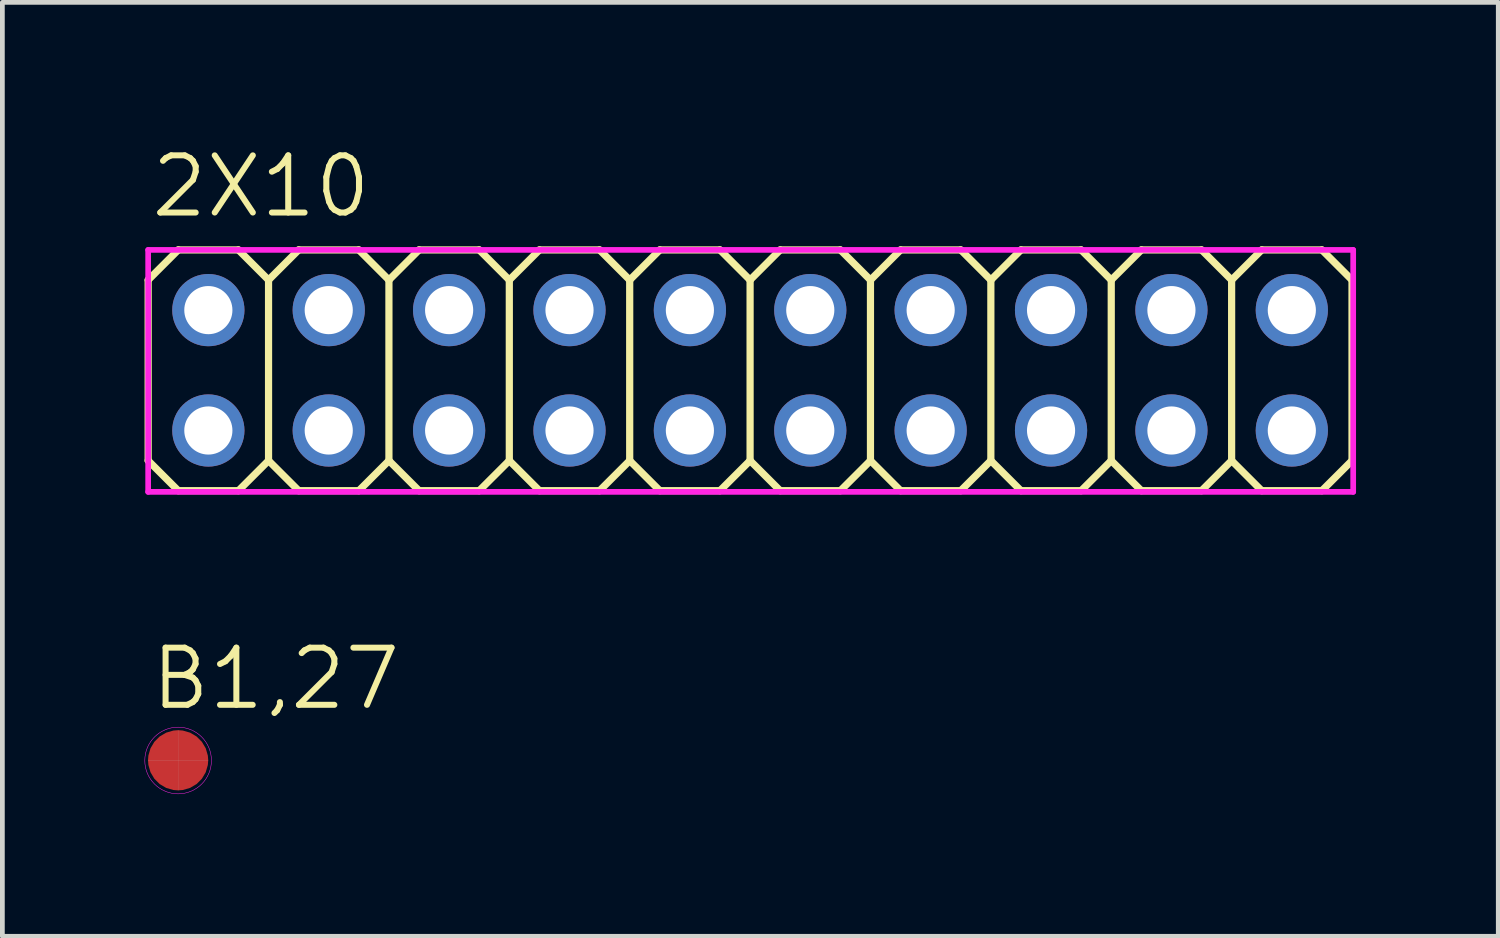
<source format=kicad_pcb>
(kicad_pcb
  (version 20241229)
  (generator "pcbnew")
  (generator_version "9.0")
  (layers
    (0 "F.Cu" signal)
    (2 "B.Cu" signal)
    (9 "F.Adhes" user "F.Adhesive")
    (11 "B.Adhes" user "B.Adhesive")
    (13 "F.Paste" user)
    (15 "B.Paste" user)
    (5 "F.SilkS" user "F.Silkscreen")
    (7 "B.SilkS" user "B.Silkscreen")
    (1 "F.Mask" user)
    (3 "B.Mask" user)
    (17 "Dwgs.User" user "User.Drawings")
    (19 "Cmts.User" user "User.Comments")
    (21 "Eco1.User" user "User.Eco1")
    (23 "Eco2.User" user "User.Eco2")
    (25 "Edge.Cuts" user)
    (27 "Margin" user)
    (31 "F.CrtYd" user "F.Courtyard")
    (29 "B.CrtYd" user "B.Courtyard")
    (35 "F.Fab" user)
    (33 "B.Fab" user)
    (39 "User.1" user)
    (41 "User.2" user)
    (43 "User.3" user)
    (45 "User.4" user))
  (footprint "B1,27"
    (layer "F.Cu")
    (at 0.708 12.991)
    (property "Reference" "B1,27" (at -0.635 -1.016 0) (layer "F.SilkS") (effects (font (size 1.206 1.206) (thickness 0.127)) (justify left bottom)))
    (attr through_hole)
    (fp_line (start -0.635 0) (end 0.635 0) (stroke (width 0.002) (type solid)) (layer "Dwgs.User"))
    (fp_line (start 0 -0.635) (end 0 0.635) (stroke (width 0.002) (type solid)) (layer "Dwgs.User"))
    (fp_circle (center 0 0.005) (end 0.703 0.005) (stroke (width 0.01) (type solid)) (fill no) (layer "F.CrtYd"))
    (pad "TP" smd roundrect (at 0 0) (size 1.27 1.27) (layers "F.Cu" "F.Mask" "F.Paste") (roundrect_rratio 0.5)))
  (footprint "2X10"
    (layer "F.Cu")
    (at 12.776 4.763)
    (property "Reference" "2X10" (at -12.7 -3.175 0) (layer "F.SilkS") (effects (font (size 1.206 1.206) (thickness 0.127)) (justify left bottom)))
    (attr through_hole)
    (fp_line (start -12.7 -1.905) (end -12.065 -2.54) (stroke (width 0.152) (type solid)) (layer "F.SilkS"))
    (fp_line (start -12.7 1.905) (end -12.7 -1.905) (stroke (width 0.152) (type solid)) (layer "F.SilkS"))
    (fp_line (start -12.7 1.905) (end -12.065 2.54) (stroke (width 0.152) (type solid)) (layer "F.SilkS"))
    (fp_line (start -12.065 -2.54) (end -10.795 -2.54) (stroke (width 0.152) (type solid)) (layer "F.SilkS"))
    (fp_line (start -12.065 2.54) (end -10.795 2.54) (stroke (width 0.152) (type solid)) (layer "F.SilkS"))
    (fp_line (start -10.795 -2.54) (end -10.16 -1.905) (stroke (width 0.152) (type solid)) (layer "F.SilkS"))
    (fp_line (start -10.795 2.54) (end -10.16 1.905) (stroke (width 0.152) (type solid)) (layer "F.SilkS"))
    (fp_line (start -10.16 -1.905) (end -10.16 1.905) (stroke (width 0.152) (type solid)) (layer "F.SilkS"))
    (fp_line (start -10.16 -1.905) (end -9.525 -2.54) (stroke (width 0.152) (type solid)) (layer "F.SilkS"))
    (fp_line (start -10.16 1.905) (end -9.525 2.54) (stroke (width 0.152) (type solid)) (layer "F.SilkS"))
    (fp_line (start -9.525 -2.54) (end -8.255 -2.54) (stroke (width 0.152) (type solid)) (layer "F.SilkS"))
    (fp_line (start -9.525 2.54) (end -8.255 2.54) (stroke (width 0.152) (type solid)) (layer "F.SilkS"))
    (fp_line (start -8.255 -2.54) (end -7.62 -1.905) (stroke (width 0.152) (type solid)) (layer "F.SilkS"))
    (fp_line (start -8.255 2.54) (end -7.62 1.905) (stroke (width 0.152) (type solid)) (layer "F.SilkS"))
    (fp_line (start -7.62 -1.905) (end -7.62 1.905) (stroke (width 0.152) (type solid)) (layer "F.SilkS"))
    (fp_line (start -7.62 -1.905) (end -6.985 -2.54) (stroke (width 0.152) (type solid)) (layer "F.SilkS"))
    (fp_line (start -7.62 1.905) (end -6.985 2.54) (stroke (width 0.152) (type solid)) (layer "F.SilkS"))
    (fp_line (start -6.985 -2.54) (end -5.715 -2.54) (stroke (width 0.152) (type solid)) (layer "F.SilkS"))
    (fp_line (start -6.985 2.54) (end -5.715 2.54) (stroke (width 0.152) (type solid)) (layer "F.SilkS"))
    (fp_line (start -5.715 -2.54) (end -5.08 -1.905) (stroke (width 0.152) (type solid)) (layer "F.SilkS"))
    (fp_line (start -5.715 2.54) (end -5.08 1.905) (stroke (width 0.152) (type solid)) (layer "F.SilkS"))
    (fp_line (start -5.08 -1.905) (end -5.08 1.905) (stroke (width 0.152) (type solid)) (layer "F.SilkS"))
    (fp_line (start -5.08 -1.905) (end -4.445 -2.54) (stroke (width 0.152) (type solid)) (layer "F.SilkS"))
    (fp_line (start -5.08 1.905) (end -4.445 2.54) (stroke (width 0.152) (type solid)) (layer "F.SilkS"))
    (fp_line (start -4.445 -2.54) (end -3.175 -2.54) (stroke (width 0.152) (type solid)) (layer "F.SilkS"))
    (fp_line (start -4.445 2.54) (end -3.175 2.54) (stroke (width 0.152) (type solid)) (layer "F.SilkS"))
    (fp_line (start -3.175 -2.54) (end -2.54 -1.905) (stroke (width 0.152) (type solid)) (layer "F.SilkS"))
    (fp_line (start -3.175 2.54) (end -2.54 1.905) (stroke (width 0.152) (type solid)) (layer "F.SilkS"))
    (fp_line (start -2.54 -1.905) (end -2.54 1.905) (stroke (width 0.152) (type solid)) (layer "F.SilkS"))
    (fp_line (start -2.54 -1.905) (end -1.905 -2.54) (stroke (width 0.152) (type solid)) (layer "F.SilkS"))
    (fp_line (start -2.54 1.905) (end -1.905 2.54) (stroke (width 0.152) (type solid)) (layer "F.SilkS"))
    (fp_line (start -1.905 -2.54) (end -0.635 -2.54) (stroke (width 0.152) (type solid)) (layer "F.SilkS"))
    (fp_line (start -1.905 2.54) (end -0.635 2.54) (stroke (width 0.152) (type solid)) (layer "F.SilkS"))
    (fp_line (start -0.635 -2.54) (end 0 -1.905) (stroke (width 0.152) (type solid)) (layer "F.SilkS"))
    (fp_line (start -0.635 2.54) (end 0 1.905) (stroke (width 0.152) (type solid)) (layer "F.SilkS"))
    (fp_line (start 0 -1.905) (end 0 1.905) (stroke (width 0.152) (type solid)) (layer "F.SilkS"))
    (fp_line (start 0 -1.905) (end 0.635 -2.54) (stroke (width 0.152) (type solid)) (layer "F.SilkS"))
    (fp_line (start 0 1.905) (end 0.635 2.54) (stroke (width 0.152) (type solid)) (layer "F.SilkS"))
    (fp_line (start 0.635 -2.54) (end 1.905 -2.54) (stroke (width 0.152) (type solid)) (layer "F.SilkS"))
    (fp_line (start 0.635 2.54) (end 1.905 2.54) (stroke (width 0.152) (type solid)) (layer "F.SilkS"))
    (fp_line (start 1.905 -2.54) (end 2.54 -1.905) (stroke (width 0.152) (type solid)) (layer "F.SilkS"))
    (fp_line (start 1.905 2.54) (end 2.54 1.905) (stroke (width 0.152) (type solid)) (layer "F.SilkS"))
    (fp_line (start 2.54 -1.905) (end 2.54 1.905) (stroke (width 0.152) (type solid)) (layer "F.SilkS"))
    (fp_line (start 2.54 -1.905) (end 3.175 -2.54) (stroke (width 0.152) (type solid)) (layer "F.SilkS"))
    (fp_line (start 2.54 1.905) (end 3.175 2.54) (stroke (width 0.152) (type solid)) (layer "F.SilkS"))
    (fp_line (start 3.175 -2.54) (end 4.445 -2.54) (stroke (width 0.152) (type solid)) (layer "F.SilkS"))
    (fp_line (start 3.175 2.54) (end 4.445 2.54) (stroke (width 0.152) (type solid)) (layer "F.SilkS"))
    (fp_line (start 4.445 -2.54) (end 5.08 -1.905) (stroke (width 0.152) (type solid)) (layer "F.SilkS"))
    (fp_line (start 5.08 -1.905) (end 5.08 1.905) (stroke (width 0.152) (type solid)) (layer "F.SilkS"))
    (fp_line (start 5.08 -1.905) (end 5.715 -2.54) (stroke (width 0.152) (type solid)) (layer "F.SilkS"))
    (fp_line (start 5.08 1.905) (end 4.445 2.54) (stroke (width 0.152) (type solid)) (layer "F.SilkS"))
    (fp_line (start 5.08 1.905) (end 5.715 2.54) (stroke (width 0.152) (type solid)) (layer "F.SilkS"))
    (fp_line (start 5.715 -2.54) (end 6.985 -2.54) (stroke (width 0.152) (type solid)) (layer "F.SilkS"))
    (fp_line (start 5.715 2.54) (end 6.985 2.54) (stroke (width 0.152) (type solid)) (layer "F.SilkS"))
    (fp_line (start 6.985 -2.54) (end 7.62 -1.905) (stroke (width 0.152) (type solid)) (layer "F.SilkS"))
    (fp_line (start 7.62 -1.905) (end 7.62 1.905) (stroke (width 0.152) (type solid)) (layer "F.SilkS"))
    (fp_line (start 7.62 -1.905) (end 8.255 -2.54) (stroke (width 0.152) (type solid)) (layer "F.SilkS"))
    (fp_line (start 7.62 1.905) (end 6.985 2.54) (stroke (width 0.152) (type solid)) (layer "F.SilkS"))
    (fp_line (start 7.62 1.905) (end 8.255 2.54) (stroke (width 0.152) (type solid)) (layer "F.SilkS"))
    (fp_line (start 8.255 -2.54) (end 9.525 -2.54) (stroke (width 0.152) (type solid)) (layer "F.SilkS"))
    (fp_line (start 8.255 2.54) (end 9.525 2.54) (stroke (width 0.152) (type solid)) (layer "F.SilkS"))
    (fp_line (start 9.525 -2.54) (end 10.16 -1.905) (stroke (width 0.152) (type solid)) (layer "F.SilkS"))
    (fp_line (start 10.16 -1.905) (end 10.16 1.905) (stroke (width 0.152) (type solid)) (layer "F.SilkS"))
    (fp_line (start 10.16 -1.905) (end 10.795 -2.54) (stroke (width 0.152) (type solid)) (layer "F.SilkS"))
    (fp_line (start 10.16 1.905) (end 9.525 2.54) (stroke (width 0.152) (type solid)) (layer "F.SilkS"))
    (fp_line (start 10.16 1.905) (end 10.795 2.54) (stroke (width 0.152) (type solid)) (layer "F.SilkS"))
    (fp_line (start 10.795 -2.54) (end 12.065 -2.54) (stroke (width 0.152) (type solid)) (layer "F.SilkS"))
    (fp_line (start 10.795 2.54) (end 12.065 2.54) (stroke (width 0.152) (type solid)) (layer "F.SilkS"))
    (fp_line (start 12.065 -2.54) (end 12.7 -1.905) (stroke (width 0.152) (type solid)) (layer "F.SilkS"))
    (fp_line (start 12.7 -1.905) (end 12.7 1.905) (stroke (width 0.152) (type solid)) (layer "F.SilkS"))
    (fp_line (start 12.7 1.905) (end 12.065 2.54) (stroke (width 0.152) (type solid)) (layer "F.SilkS"))
    (fp_line (start -12.7 -2.54) (end 12.725 -2.54) (stroke (width 0.12) (type solid)) (layer "F.CrtYd"))
    (fp_line (start -12.7 2.565) (end -12.7 -2.54) (stroke (width 0.12) (type solid)) (layer "F.CrtYd"))
    (fp_line (start 12.725 -2.54) (end 12.725 2.565) (stroke (width 0.12) (type solid)) (layer "F.CrtYd"))
    (fp_line (start 12.725 2.565) (end -12.7 2.565) (stroke (width 0.12) (type solid)) (layer "F.CrtYd"))
    (fp_poly (pts (xy -11.684 -1.016) (xy -11.176 -1.016) (xy -11.176 -1.524) (xy -11.684 -1.524)) (stroke (width 0.1) (type solid)) (fill no) (layer "F.Fab"))
    (fp_poly (pts (xy -11.684 1.524) (xy -11.176 1.524) (xy -11.176 1.016) (xy -11.684 1.016)) (stroke (width 0.1) (type solid)) (fill no) (layer "F.Fab"))
    (fp_poly (pts (xy -9.144 -1.016) (xy -8.636 -1.016) (xy -8.636 -1.524) (xy -9.144 -1.524)) (stroke (width 0.1) (type solid)) (fill no) (layer "F.Fab"))
    (fp_poly (pts (xy -9.144 1.524) (xy -8.636 1.524) (xy -8.636 1.016) (xy -9.144 1.016)) (stroke (width 0.1) (type solid)) (fill no) (layer "F.Fab"))
    (fp_poly (pts (xy -6.604 -1.016) (xy -6.096 -1.016) (xy -6.096 -1.524) (xy -6.604 -1.524)) (stroke (width 0.1) (type solid)) (fill no) (layer "F.Fab"))
    (fp_poly (pts (xy -6.604 1.524) (xy -6.096 1.524) (xy -6.096 1.016) (xy -6.604 1.016)) (stroke (width 0.1) (type solid)) (fill no) (layer "F.Fab"))
    (fp_poly (pts (xy -4.064 -1.016) (xy -3.556 -1.016) (xy -3.556 -1.524) (xy -4.064 -1.524)) (stroke (width 0.1) (type solid)) (fill no) (layer "F.Fab"))
    (fp_poly (pts (xy -4.064 1.524) (xy -3.556 1.524) (xy -3.556 1.016) (xy -4.064 1.016)) (stroke (width 0.1) (type solid)) (fill no) (layer "F.Fab"))
    (fp_poly (pts (xy -1.524 -1.016) (xy -1.016 -1.016) (xy -1.016 -1.524) (xy -1.524 -1.524)) (stroke (width 0.1) (type solid)) (fill no) (layer "F.Fab"))
    (fp_poly (pts (xy -1.524 1.524) (xy -1.016 1.524) (xy -1.016 1.016) (xy -1.524 1.016)) (stroke (width 0.1) (type solid)) (fill no) (layer "F.Fab"))
    (fp_poly (pts (xy 1.016 -1.016) (xy 1.524 -1.016) (xy 1.524 -1.524) (xy 1.016 -1.524)) (stroke (width 0.1) (type solid)) (fill no) (layer "F.Fab"))
    (fp_poly (pts (xy 1.016 1.524) (xy 1.524 1.524) (xy 1.524 1.016) (xy 1.016 1.016)) (stroke (width 0.1) (type solid)) (fill no) (layer "F.Fab"))
    (fp_poly (pts (xy 3.556 -1.016) (xy 4.064 -1.016) (xy 4.064 -1.524) (xy 3.556 -1.524)) (stroke (width 0.1) (type solid)) (fill no) (layer "F.Fab"))
    (fp_poly (pts (xy 3.556 1.524) (xy 4.064 1.524) (xy 4.064 1.016) (xy 3.556 1.016)) (stroke (width 0.1) (type solid)) (fill no) (layer "F.Fab"))
    (fp_poly (pts (xy 6.096 -1.016) (xy 6.604 -1.016) (xy 6.604 -1.524) (xy 6.096 -1.524)) (stroke (width 0.1) (type solid)) (fill no) (layer "F.Fab"))
    (fp_poly (pts (xy 6.096 1.524) (xy 6.604 1.524) (xy 6.604 1.016) (xy 6.096 1.016)) (stroke (width 0.1) (type solid)) (fill no) (layer "F.Fab"))
    (fp_poly (pts (xy 8.636 -1.016) (xy 9.144 -1.016) (xy 9.144 -1.524) (xy 8.636 -1.524)) (stroke (width 0.1) (type solid)) (fill no) (layer "F.Fab"))
    (fp_poly (pts (xy 8.636 1.524) (xy 9.144 1.524) (xy 9.144 1.016) (xy 8.636 1.016)) (stroke (width 0.1) (type solid)) (fill no) (layer "F.Fab"))
    (fp_poly (pts (xy 11.176 -1.016) (xy 11.684 -1.016) (xy 11.684 -1.524) (xy 11.176 -1.524)) (stroke (width 0.1) (type solid)) (fill no) (layer "F.Fab"))
    (fp_poly (pts (xy 11.176 1.524) (xy 11.684 1.524) (xy 11.684 1.016) (xy 11.176 1.016)) (stroke (width 0.1) (type solid)) (fill no) (layer "F.Fab"))
    (pad "1" thru_hole circle (at -11.43 1.27) (size 1.524 1.524) (drill 1.016) (layers "*.Cu" "*.Mask"))
    (pad "2" thru_hole circle (at -11.43 -1.27) (size 1.524 1.524) (drill 1.016) (layers "*.Cu" "*.Mask"))
    (pad "3" thru_hole circle (at -8.89 1.27) (size 1.524 1.524) (drill 1.016) (layers "*.Cu" "*.Mask"))
    (pad "4" thru_hole circle (at -8.89 -1.27) (size 1.524 1.524) (drill 1.016) (layers "*.Cu" "*.Mask"))
    (pad "5" thru_hole circle (at -6.35 1.27) (size 1.524 1.524) (drill 1.016) (layers "*.Cu" "*.Mask"))
    (pad "6" thru_hole circle (at -6.35 -1.27) (size 1.524 1.524) (drill 1.016) (layers "*.Cu" "*.Mask"))
    (pad "7" thru_hole circle (at -3.81 1.27) (size 1.524 1.524) (drill 1.016) (layers "*.Cu" "*.Mask"))
    (pad "8" thru_hole circle (at -3.81 -1.27) (size 1.524 1.524) (drill 1.016) (layers "*.Cu" "*.Mask"))
    (pad "9" thru_hole circle (at -1.27 1.27) (size 1.524 1.524) (drill 1.016) (layers "*.Cu" "*.Mask"))
    (pad "10" thru_hole circle (at -1.27 -1.27) (size 1.524 1.524) (drill 1.016) (layers "*.Cu" "*.Mask"))
    (pad "11" thru_hole circle (at 1.27 1.27) (size 1.524 1.524) (drill 1.016) (layers "*.Cu" "*.Mask"))
    (pad "12" thru_hole circle (at 1.27 -1.27) (size 1.524 1.524) (drill 1.016) (layers "*.Cu" "*.Mask"))
    (pad "13" thru_hole circle (at 3.81 1.27) (size 1.524 1.524) (drill 1.016) (layers "*.Cu" "*.Mask"))
    (pad "14" thru_hole circle (at 3.81 -1.27) (size 1.524 1.524) (drill 1.016) (layers "*.Cu" "*.Mask"))
    (pad "15" thru_hole circle (at 6.35 1.27) (size 1.524 1.524) (drill 1.016) (layers "*.Cu" "*.Mask"))
    (pad "16" thru_hole circle (at 6.35 -1.27) (size 1.524 1.524) (drill 1.016) (layers "*.Cu" "*.Mask"))
    (pad "17" thru_hole circle (at 8.89 1.27) (size 1.524 1.524) (drill 1.016) (layers "*.Cu" "*.Mask"))
    (pad "18" thru_hole circle (at 8.89 -1.27) (size 1.524 1.524) (drill 1.016) (layers "*.Cu" "*.Mask"))
    (pad "19" thru_hole circle (at 11.43 1.27) (size 1.524 1.524) (drill 1.016) (layers "*.Cu" "*.Mask"))
    (pad "20" thru_hole circle (at 11.43 -1.27) (size 1.524 1.524) (drill 1.016) (layers "*.Cu" "*.Mask")))
  (gr_rect
    (start -3 -3)
    (end 28.562 16.705)
    (stroke (width 0.1) (type default))
    (fill no)
    (layer "Edge.Cuts")))
</source>
